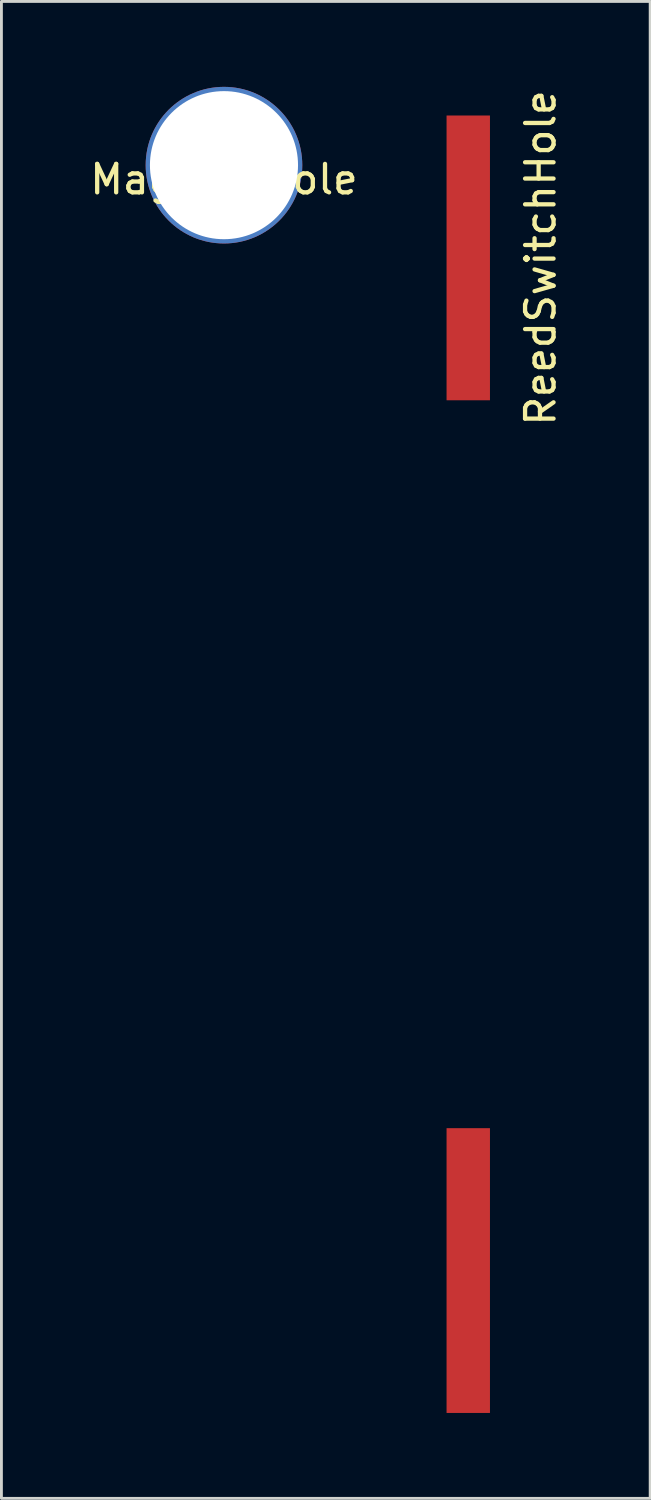
<source format=kicad_pcb>
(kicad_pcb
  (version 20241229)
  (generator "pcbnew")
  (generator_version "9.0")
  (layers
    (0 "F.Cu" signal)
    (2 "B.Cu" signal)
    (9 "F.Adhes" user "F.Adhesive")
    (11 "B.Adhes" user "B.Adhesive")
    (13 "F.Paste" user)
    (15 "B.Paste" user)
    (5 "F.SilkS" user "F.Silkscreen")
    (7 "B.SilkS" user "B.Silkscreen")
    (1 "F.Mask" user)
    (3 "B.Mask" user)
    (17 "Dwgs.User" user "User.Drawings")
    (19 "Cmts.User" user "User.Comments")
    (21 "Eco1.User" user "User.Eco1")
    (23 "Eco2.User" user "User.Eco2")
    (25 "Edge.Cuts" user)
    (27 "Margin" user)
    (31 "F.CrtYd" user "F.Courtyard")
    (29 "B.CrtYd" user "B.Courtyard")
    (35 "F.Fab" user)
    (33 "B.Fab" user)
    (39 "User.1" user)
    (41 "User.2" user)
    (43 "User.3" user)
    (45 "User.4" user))
  (footprint "ReedSwitchHole"
    (layer "F.Cu")
    (at 13.393 23.786)
    (property "Reference" "ReedSwitchHole" (at 2.54 -17.78 90) (layer "F.SilkS") (effects (font (size 1 1) (thickness 0.15))))
    (attr through_hole)
    (pad "1" smd rect (at 0 -17.78) (size 1.524 10) (layers "F.Cu"))
    (pad "2" smd rect (at 0 17.78) (size 1.524 10) (layers "F.Cu")))
  (footprint "Magnet_Hole"
    (layer "F.Cu")
    (at 4.815 2.75)
    (property "Reference" "Magnet_Hole" (at 0 0.5 0) (layer "F.SilkS") (effects (font (size 1 1) (thickness 0.15))))
    (attr through_hole)
    (pad "1" thru_hole circle (at 0 0) (size 5.5 5.5) (drill 5.2) (layers "*.Cu" "*.Mask")))
  (gr_rect
    (start -3 -3)
    (end 19.781 49.566)
    (stroke (width 0.1) (type default))
    (fill no)
    (layer "Edge.Cuts")))
</source>
